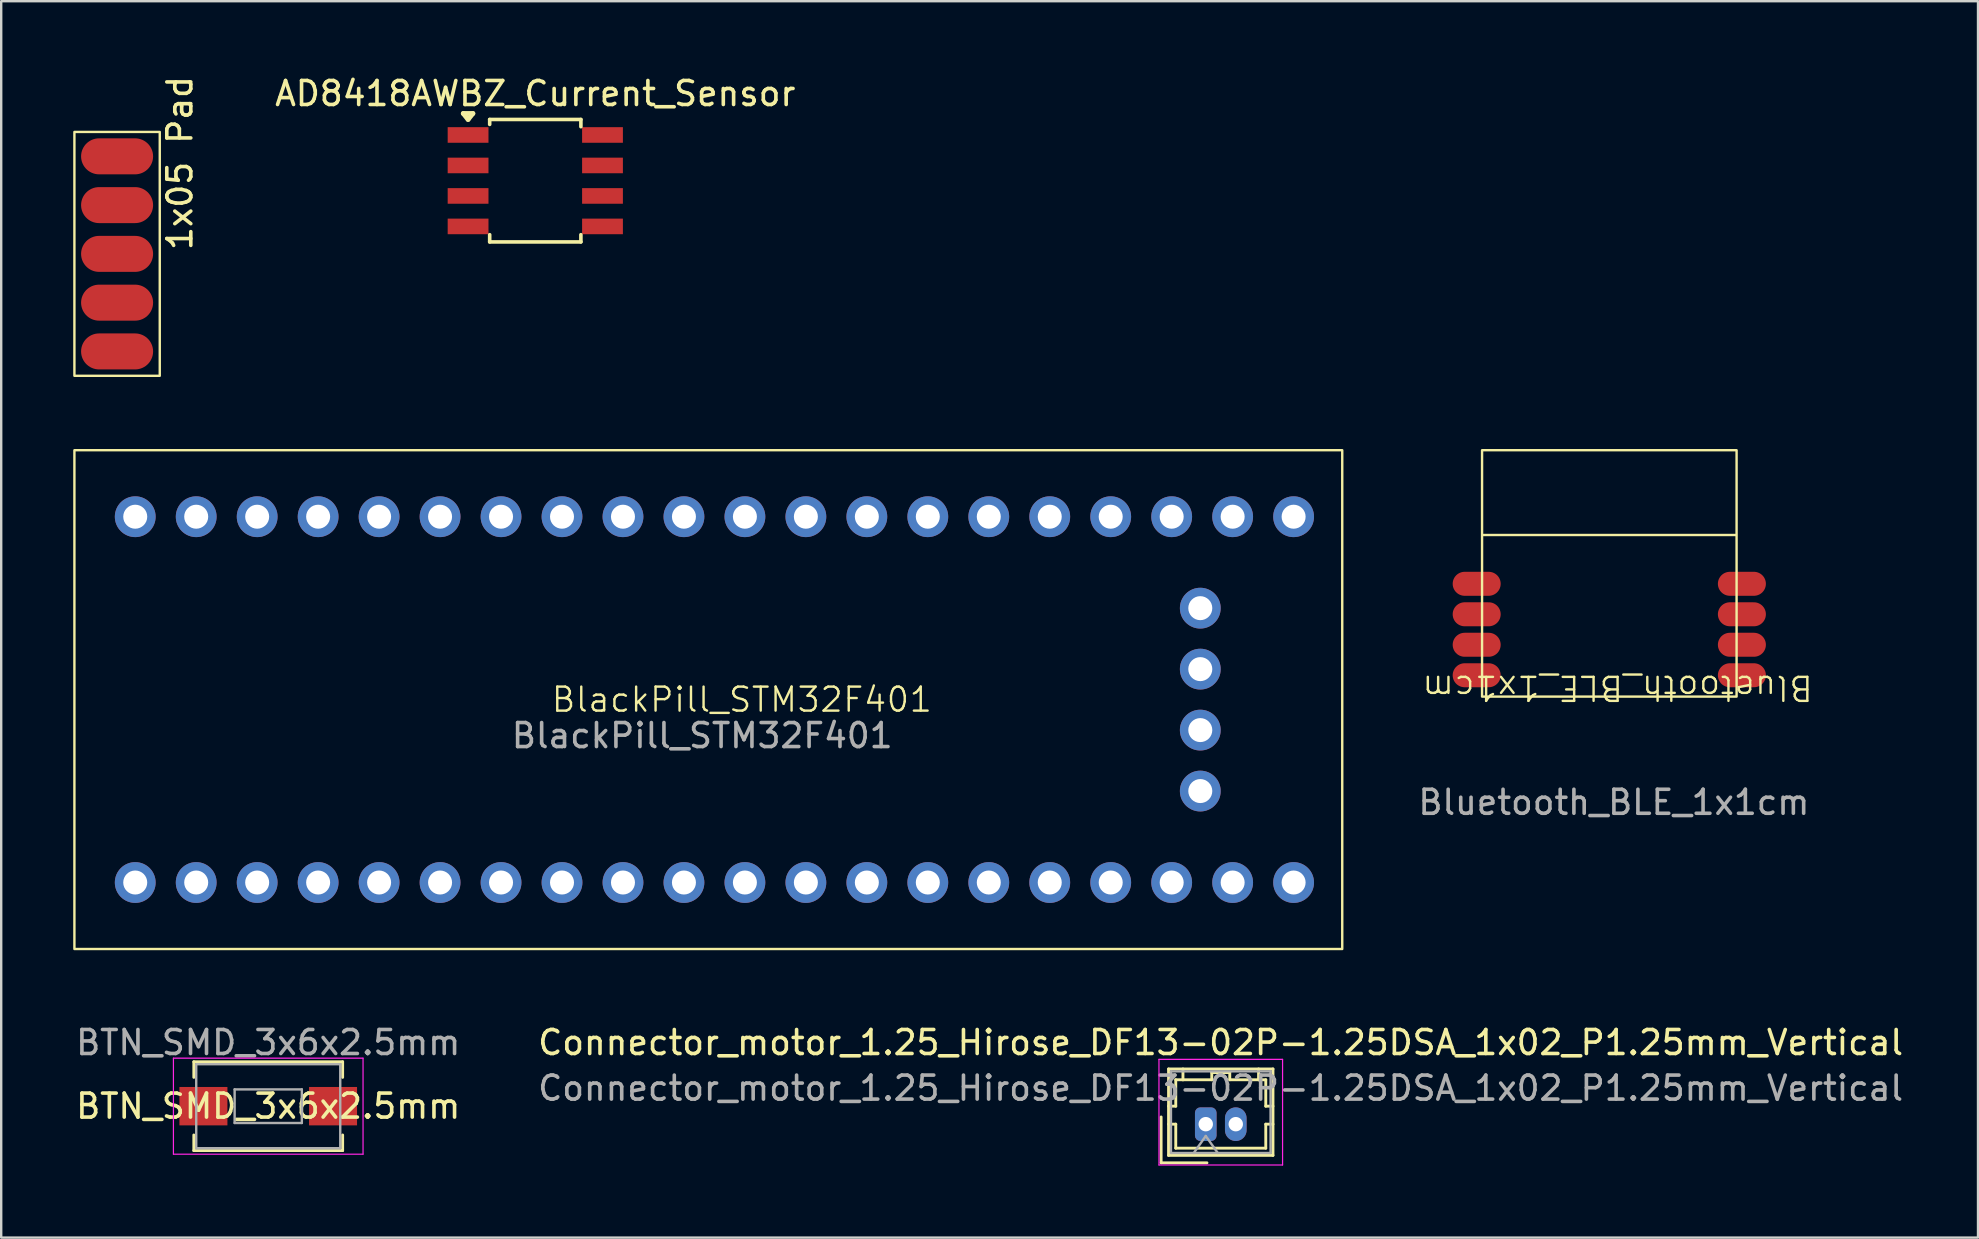
<source format=kicad_pcb>
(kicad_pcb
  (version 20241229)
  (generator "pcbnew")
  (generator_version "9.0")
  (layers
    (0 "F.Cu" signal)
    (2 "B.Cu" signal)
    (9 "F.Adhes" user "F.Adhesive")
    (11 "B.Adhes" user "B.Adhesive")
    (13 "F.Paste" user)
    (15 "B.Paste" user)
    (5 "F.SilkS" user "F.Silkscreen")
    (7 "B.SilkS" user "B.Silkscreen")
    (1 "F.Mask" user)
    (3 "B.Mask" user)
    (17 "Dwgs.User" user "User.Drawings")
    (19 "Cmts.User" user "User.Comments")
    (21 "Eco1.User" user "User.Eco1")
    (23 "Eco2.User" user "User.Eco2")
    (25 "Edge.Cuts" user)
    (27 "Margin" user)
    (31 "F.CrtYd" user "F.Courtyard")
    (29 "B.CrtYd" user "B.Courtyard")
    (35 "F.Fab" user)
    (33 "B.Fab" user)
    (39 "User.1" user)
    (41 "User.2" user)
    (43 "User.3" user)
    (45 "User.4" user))
  (footprint "Bluetooth_BLE_1x1cm"
    (layer "F.Cu")
    (at 63.997 19.24)
    (property "Reference" "Bluetooth_BLE_1x1cm" (at 0.344 6.366 180) (unlocked yes) (layer "F.SilkS") (effects (font (size 1 1) (thickness 0.1))))
    (attr through_hole)
    (fp_line (start -5.266 0) (end 5.266 0) (stroke (width 0.1) (type default)) (layer "F.SilkS"))
    (fp_rect (start -5.302 -3.533) (end 5.302 6.731) (stroke (width 0.1) (type default)) (fill no) (layer "F.SilkS"))
    (fp_text user "${REFERENCE}" (at 0.191 11.136 0) (unlocked yes) (layer "F.Fab") (effects (font (size 1 1) (thickness 0.15))))
    (pad "1" smd oval (at -4.826 2.032) (size 2 1) (drill (offset -0.7 0)) (layers "F.Cu" "F.Mask" "F.Paste"))
    (pad "2" smd oval (at -4.826 3.302) (size 2 1) (drill (offset -0.7 0)) (layers "F.Cu" "F.Mask" "F.Paste"))
    (pad "3" smd oval (at -4.826 4.572) (size 2 1) (drill (offset -0.7 0)) (layers "F.Cu" "F.Mask" "F.Paste"))
    (pad "4" smd oval (at -4.826 5.842) (size 2 1) (drill (offset -0.7 0)) (layers "F.Cu" "F.Mask" "F.Paste"))
    (pad "5" smd oval (at 6.223 5.842) (size 2 1) (drill (offset -0.7 0)) (layers "F.Cu" "F.Mask" "F.Paste"))
    (pad "6" smd oval (at 6.223 4.572) (size 2 1) (drill (offset -0.7 0)) (layers "F.Cu" "F.Mask" "F.Paste"))
    (pad "7" smd oval (at 6.223 3.302) (size 2 1) (drill (offset -0.7 0)) (layers "F.Cu" "F.Mask" "F.Paste"))
    (pad "8" smd oval (at 6.223 2.032) (size 2 1) (drill (offset -0.7 0)) (layers "F.Cu" "F.Mask" "F.Paste")))
  (footprint "BTN_SMD_3x6x2.5mm"
    (layer "F.Cu")
    (at 8.125 43.035)
    (property "Reference" "BTN_SMD_3x6x2.5mm" (at 0 0 180) (layer "F.SilkS") (effects (font (size 1 1) (thickness 0.15))))
    (attr smd)
    (fp_line (start -3.1 -1.85) (end -3.1 -1.2) (stroke (width 0.12) (type solid)) (layer "F.SilkS"))
    (fp_line (start -3.1 1.2) (end -3.1 1.85) (stroke (width 0.12) (type solid)) (layer "F.SilkS"))
    (fp_line (start -3.1 1.85) (end 3.1 1.85) (stroke (width 0.12) (type solid)) (layer "F.SilkS"))
    (fp_line (start 3.1 -1.85) (end -3.1 -1.85) (stroke (width 0.12) (type solid)) (layer "F.SilkS"))
    (fp_line (start 3.1 -1.85) (end 3.1 -1.2) (stroke (width 0.12) (type solid)) (layer "F.SilkS"))
    (fp_line (start 3.1 1.85) (end 3.1 1.2) (stroke (width 0.12) (type solid)) (layer "F.SilkS"))
    (fp_line (start -3.95 -2) (end 3.95 -2) (stroke (width 0.05) (type solid)) (layer "F.CrtYd"))
    (fp_line (start -3.95 2) (end -3.95 -2) (stroke (width 0.05) (type solid)) (layer "F.CrtYd"))
    (fp_line (start 3.95 -2) (end 3.95 2) (stroke (width 0.05) (type solid)) (layer "F.CrtYd"))
    (fp_line (start 3.95 2) (end -3.95 2) (stroke (width 0.05) (type solid)) (layer "F.CrtYd"))
    (fp_line (start -3 -1.75) (end 3 -1.75) (stroke (width 0.1) (type solid)) (layer "F.Fab"))
    (fp_line (start -3 1.75) (end -3 -1.75) (stroke (width 0.1) (type solid)) (layer "F.Fab"))
    (fp_line (start -1.4 -0.7) (end 1.4 -0.7) (stroke (width 0.1) (type solid)) (layer "F.Fab"))
    (fp_line (start -1.4 0.7) (end -1.4 -0.7) (stroke (width 0.1) (type solid)) (layer "F.Fab"))
    (fp_line (start 1.4 -0.7) (end 1.4 0.7) (stroke (width 0.1) (type solid)) (layer "F.Fab"))
    (fp_line (start 1.4 0.7) (end -1.4 0.7) (stroke (width 0.1) (type solid)) (layer "F.Fab"))
    (fp_line (start 3 -1.75) (end 3 1.75) (stroke (width 0.1) (type solid)) (layer "F.Fab"))
    (fp_line (start 3 1.75) (end -3 1.75) (stroke (width 0.1) (type solid)) (layer "F.Fab"))
    (fp_text user "${REFERENCE}" (at 0 -2.65 180) (layer "F.Fab") (effects (font (size 1 1) (thickness 0.15))))
    (pad "1" smd rect (at -2.7 0) (size 2 1.6) (layers "F.Cu" "F.Mask" "F.Paste"))
    (pad "2" smd rect (at 2.7 0) (size 2 1.6) (layers "F.Cu" "F.Mask" "F.Paste")))
  (footprint "BlackPill_STM32F401"
    (layer "F.Cu")
    (at 26.206 26.097)
    (property "Reference" "BlackPill_STM32F401" (at 1.651 0 0) (unlocked yes) (layer "F.SilkS") (effects (font (size 1 1) (thickness 0.1))))
    (attr through_hole)
    (fp_rect (start -26.156 -10.39) (end 26.664 10.39) (stroke (width 0.1) (type default)) (fill no) (layer "F.SilkS"))
    (fp_text user "${REFERENCE}" (at 0 1.5 0) (unlocked yes) (layer "F.Fab") (effects (font (size 1 1) (thickness 0.15))))
    (pad "1" thru_hole circle (at -23.622 7.62) (size 1.7 1.7) (drill 1) (layers "*.Cu" "*.Mask"))
    (pad "2" thru_hole circle (at -21.082 7.62) (size 1.7 1.7) (drill 1) (layers "*.Cu" "*.Mask"))
    (pad "3" thru_hole circle (at -18.542 7.62) (size 1.7 1.7) (drill 1) (layers "*.Cu" "*.Mask"))
    (pad "4" thru_hole circle (at -16.002 7.62) (size 1.7 1.7) (drill 1) (layers "*.Cu" "*.Mask"))
    (pad "5" thru_hole circle (at -13.462 7.62) (size 1.7 1.7) (drill 1) (layers "*.Cu" "*.Mask"))
    (pad "6" thru_hole circle (at -10.922 7.62) (size 1.7 1.7) (drill 1) (layers "*.Cu" "*.Mask"))
    (pad "7" thru_hole circle (at -8.382 7.62) (size 1.7 1.7) (drill 1) (layers "*.Cu" "*.Mask"))
    (pad "8" thru_hole circle (at -5.842 7.62) (size 1.7 1.7) (drill 1) (layers "*.Cu" "*.Mask"))
    (pad "9" thru_hole circle (at -3.302 7.62) (size 1.7 1.7) (drill 1) (layers "*.Cu" "*.Mask"))
    (pad "10" thru_hole circle (at -0.762 7.62) (size 1.7 1.7) (drill 1) (layers "*.Cu" "*.Mask"))
    (pad "11" thru_hole circle (at 1.778 7.62) (size 1.7 1.7) (drill 1) (layers "*.Cu" "*.Mask"))
    (pad "12" thru_hole circle (at 4.318 7.62) (size 1.7 1.7) (drill 1) (layers "*.Cu" "*.Mask"))
    (pad "13" thru_hole circle (at 6.858 7.62) (size 1.7 1.7) (drill 1) (layers "*.Cu" "*.Mask"))
    (pad "14" thru_hole circle (at 9.398 7.62) (size 1.7 1.7) (drill 1) (layers "*.Cu" "*.Mask"))
    (pad "15" thru_hole circle (at 11.938 7.62) (size 1.7 1.7) (drill 1) (layers "*.Cu" "*.Mask"))
    (pad "16" thru_hole circle (at 14.478 7.62) (size 1.7 1.7) (drill 1) (layers "*.Cu" "*.Mask"))
    (pad "17" thru_hole circle (at 17.018 7.62) (size 1.7 1.7) (drill 1) (layers "*.Cu" "*.Mask"))
    (pad "18" thru_hole circle (at 19.558 7.62) (size 1.7 1.7) (drill 1) (layers "*.Cu" "*.Mask"))
    (pad "19" thru_hole circle (at 22.098 7.62) (size 1.7 1.7) (drill 1) (layers "*.Cu" "*.Mask"))
    (pad "20" thru_hole circle (at 24.638 7.62) (size 1.7 1.7) (drill 1) (layers "*.Cu" "*.Mask"))
    (pad "21" thru_hole circle (at -23.622 -7.62) (size 1.7 1.7) (drill 1) (layers "*.Cu" "*.Mask"))
    (pad "22" thru_hole circle (at -21.082 -7.62) (size 1.7 1.7) (drill 1) (layers "*.Cu" "*.Mask"))
    (pad "23" thru_hole circle (at -18.542 -7.62) (size 1.7 1.7) (drill 1) (layers "*.Cu" "*.Mask"))
    (pad "24" thru_hole circle (at -16.002 -7.62) (size 1.7 1.7) (drill 1) (layers "*.Cu" "*.Mask"))
    (pad "25" thru_hole circle (at -13.462 -7.62) (size 1.7 1.7) (drill 1) (layers "*.Cu" "*.Mask"))
    (pad "26" thru_hole circle (at -10.922 -7.62) (size 1.7 1.7) (drill 1) (layers "*.Cu" "*.Mask"))
    (pad "27" thru_hole circle (at -8.382 -7.62) (size 1.7 1.7) (drill 1) (layers "*.Cu" "*.Mask"))
    (pad "28" thru_hole circle (at -5.842 -7.62) (size 1.7 1.7) (drill 1) (layers "*.Cu" "*.Mask"))
    (pad "29" thru_hole circle (at -3.302 -7.62) (size 1.7 1.7) (drill 1) (layers "*.Cu" "*.Mask"))
    (pad "30" thru_hole circle (at -0.762 -7.62) (size 1.7 1.7) (drill 1) (layers "*.Cu" "*.Mask"))
    (pad "31" thru_hole circle (at 1.778 -7.62) (size 1.7 1.7) (drill 1) (layers "*.Cu" "*.Mask"))
    (pad "32" thru_hole circle (at 4.318 -7.62) (size 1.7 1.7) (drill 1) (layers "*.Cu" "*.Mask"))
    (pad "33" thru_hole circle (at 6.858 -7.62) (size 1.7 1.7) (drill 1) (layers "*.Cu" "*.Mask"))
    (pad "34" thru_hole circle (at 9.398 -7.62) (size 1.7 1.7) (drill 1) (layers "*.Cu" "*.Mask"))
    (pad "35" thru_hole circle (at 11.938 -7.62) (size 1.7 1.7) (drill 1) (layers "*.Cu" "*.Mask"))
    (pad "36" thru_hole circle (at 14.478 -7.62) (size 1.7 1.7) (drill 1) (layers "*.Cu" "*.Mask"))
    (pad "37" thru_hole circle (at 17.018 -7.62) (size 1.7 1.7) (drill 1) (layers "*.Cu" "*.Mask"))
    (pad "38" thru_hole circle (at 19.558 -7.62) (size 1.7 1.7) (drill 1) (layers "*.Cu" "*.Mask"))
    (pad "39" thru_hole circle (at 22.098 -7.62) (size 1.7 1.7) (drill 1) (layers "*.Cu" "*.Mask"))
    (pad "40" thru_hole circle (at 24.638 -7.62) (size 1.7 1.7) (drill 1) (layers "*.Cu" "*.Mask"))
    (pad "41" thru_hole circle (at 20.75 3.81) (size 1.7 1.7) (drill 1) (layers "*.Cu" "*.Mask"))
    (pad "42" thru_hole circle (at 20.75 1.27) (size 1.7 1.7) (drill 1) (layers "*.Cu" "*.Mask"))
    (pad "43" thru_hole circle (at 20.75 -1.27) (size 1.7 1.7) (drill 1) (layers "*.Cu" "*.Mask"))
    (pad "44" thru_hole circle (at 20.75 -3.81) (size 1.7 1.7) (drill 1) (layers "*.Cu" "*.Mask")))
  (footprint "Connector_motor_1.25_Hirose_DF13-02P-1.25DSA_1x02_P1.25mm_Vertical"
    (layer "F.Cu")
    (at 47.184 43.785)
    (property "Reference" "Connector_motor_1.25_Hirose_DF13-02P-1.25DSA_1x02_P1.25mm_Vertical" (at 0.62 -3.4 0) (layer "F.SilkS") (effects (font (size 1 1) (thickness 0.15))))
    (attr through_hole)
    (fp_line (start -1.86 -0.3) (end -1.86 1.61) (stroke (width 0.12) (type solid)) (layer "F.SilkS"))
    (fp_line (start -1.86 1.61) (end 0.05 1.61) (stroke (width 0.12) (type solid)) (layer "F.SilkS"))
    (fp_line (start -1.55 0) (end -1.25 0) (stroke (width 0.12) (type solid)) (layer "F.SilkS"))
    (fp_line (start -1.55 -2.3) (end -1.55 1.3) (stroke (width 0.12) (type solid)) (layer "F.SilkS"))
    (fp_line (start -1.55 -0.75) (end -1.25 -0.75) (stroke (width 0.12) (type solid)) (layer "F.SilkS"))
    (fp_line (start -1.55 1.3) (end 2.8 1.3) (stroke (width 0.12) (type solid)) (layer "F.SilkS"))
    (fp_line (start -1.25 -1.85) (end -0.95 -1.85) (stroke (width 0.12) (type solid)) (layer "F.SilkS"))
    (fp_line (start -1.25 -0.75) (end -1.25 -1.85) (stroke (width 0.12) (type solid)) (layer "F.SilkS"))
    (fp_line (start -1.25 1) (end 2.5 1) (stroke (width 0.12) (type solid)) (layer "F.SilkS"))
    (fp_line (start -1.25 0) (end -1.25 1) (stroke (width 0.12) (type solid)) (layer "F.SilkS"))
    (fp_line (start -0.95 -1.85) (end -0.95 -2.3) (stroke (width 0.12) (type solid)) (layer "F.SilkS"))
    (fp_line (start -0.95 -1.85) (end 0.25 -1.85) (stroke (width 0.12) (type solid)) (layer "F.SilkS"))
    (fp_line (start 0.25 -2.15) (end 1 -2.15) (stroke (width 0.12) (type solid)) (layer "F.SilkS"))
    (fp_line (start 0.25 -1.85) (end 0.25 -2.15) (stroke (width 0.12) (type solid)) (layer "F.SilkS"))
    (fp_line (start 1 -2.15) (end 1 -1.85) (stroke (width 0.12) (type solid)) (layer "F.SilkS"))
    (fp_line (start 1 -1.85) (end 2.2 -1.85) (stroke (width 0.12) (type solid)) (layer "F.SilkS"))
    (fp_line (start 2.2 -1.85) (end 2.2 -2.3) (stroke (width 0.12) (type solid)) (layer "F.SilkS"))
    (fp_line (start 2.5 -1.85) (end 2.2 -1.85) (stroke (width 0.12) (type solid)) (layer "F.SilkS"))
    (fp_line (start 2.5 -0.75) (end 2.5 -1.85) (stroke (width 0.12) (type solid)) (layer "F.SilkS"))
    (fp_line (start 2.5 0) (end 2.8 0) (stroke (width 0.12) (type solid)) (layer "F.SilkS"))
    (fp_line (start 2.5 1) (end 2.5 0) (stroke (width 0.12) (type solid)) (layer "F.SilkS"))
    (fp_line (start 2.8 -2.3) (end -1.55 -2.3) (stroke (width 0.12) (type solid)) (layer "F.SilkS"))
    (fp_line (start 2.8 -0.75) (end 2.5 -0.75) (stroke (width 0.12) (type solid)) (layer "F.SilkS"))
    (fp_line (start 2.8 1.3) (end 2.8 -2.3) (stroke (width 0.12) (type solid)) (layer "F.SilkS"))
    (fp_line (start -1.95 -2.7) (end -1.95 1.7) (stroke (width 0.05) (type solid)) (layer "F.CrtYd"))
    (fp_line (start -1.95 1.7) (end 3.2 1.7) (stroke (width 0.05) (type solid)) (layer "F.CrtYd"))
    (fp_line (start 3.2 -2.7) (end -1.95 -2.7) (stroke (width 0.05) (type solid)) (layer "F.CrtYd"))
    (fp_line (start 3.2 1.7) (end 3.2 -2.7) (stroke (width 0.05) (type solid)) (layer "F.CrtYd"))
    (fp_line (start -1.45 -2.2) (end -1.45 1.2) (stroke (width 0.1) (type solid)) (layer "F.Fab"))
    (fp_line (start -1.45 1.2) (end 2.7 1.2) (stroke (width 0.1) (type solid)) (layer "F.Fab"))
    (fp_line (start -0.5 1.2) (end 0 0.493) (stroke (width 0.1) (type solid)) (layer "F.Fab"))
    (fp_line (start 0 0.493) (end 0.5 1.2) (stroke (width 0.1) (type solid)) (layer "F.Fab"))
    (fp_line (start 2.7 -2.2) (end -1.45 -2.2) (stroke (width 0.1) (type solid)) (layer "F.Fab"))
    (fp_line (start 2.7 1.2) (end 2.7 -2.2) (stroke (width 0.1) (type solid)) (layer "F.Fab"))
    (fp_text user "${REFERENCE}" (at 0.62 -1.5 0) (layer "F.Fab") (effects (font (size 1 1) (thickness 0.15))))
    (pad "1" thru_hole roundrect (at 0 0) (size 0.9 1.4) (drill 0.6) (layers "*.Cu" "*.Mask") (roundrect_rratio 0.25))
    (pad "2" thru_hole oval (at 1.25 0) (size 0.9 1.4) (drill 0.6) (layers "*.Cu" "*.Mask")))
  (footprint "1x05 Pad"
    (layer "F.Cu")
    (at 1.828 2.447)
    (property "Reference" "1x05 Pad" (at 2.616 1.297 270) (layer "F.SilkS") (effects (font (size 1 1) (thickness 0.15))))
    (attr smd)
    (fp_rect (start -1.778 0) (end 1.778 10.16) (stroke (width 0.1) (type default)) (fill no) (layer "F.SilkS"))
    (pad "1" smd oval (at 0 1.016) (size 3 1.5) (layers "F.Cu" "F.Mask" "F.Paste"))
    (pad "2" smd oval (at 0 3.048) (size 3 1.5) (layers "F.Cu" "F.Mask" "F.Paste"))
    (pad "3" smd oval (at 0 5.08) (size 3 1.5) (layers "F.Cu" "F.Mask" "F.Paste"))
    (pad "4" smd oval (at 0 7.112) (size 3 1.5) (layers "F.Cu" "F.Mask" "F.Paste"))
    (pad "5" smd oval (at 0 9.144) (size 3 1.5) (layers "F.Cu" "F.Mask" "F.Paste")))
  (footprint "AD8418AWBZ_Current_Sensor"
    (layer "F.Cu")
    (at 19.251 4.528)
    (property "Reference" "AD8418AWBZ_Current_Sensor" (at 0 -3.68 0) (layer "F.SilkS") (effects (font (size 1 1) (thickness 0.15))))
    (attr smd)
    (fp_line (start -2.8 -2.6) (end -3 -2.85) (stroke (width 0.2) (type solid)) (layer "F.SilkS"))
    (fp_line (start -2.8 -2.6) (end -2.6 -2.85) (stroke (width 0.2) (type solid)) (layer "F.SilkS"))
    (fp_line (start -2.6 -2.85) (end -3 -2.85) (stroke (width 0.2) (type default)) (layer "F.SilkS"))
    (fp_line (start -1.9 -2.6) (end -1.9 -2.395) (stroke (width 0.15) (type solid)) (layer "F.SilkS"))
    (fp_line (start -1.9 -2.6) (end 1.9 -2.6) (stroke (width 0.15) (type solid)) (layer "F.SilkS"))
    (fp_line (start -1.9 2.5) (end -1.9 2.2) (stroke (width 0.15) (type solid)) (layer "F.SilkS"))
    (fp_line (start -1.9 2.5) (end 1.9 2.5) (stroke (width 0.15) (type solid)) (layer "F.SilkS"))
    (fp_line (start 1.9 -2.6) (end 1.9 -2.3) (stroke (width 0.15) (type solid)) (layer "F.SilkS"))
    (fp_line (start 1.9 2.5) (end 1.9 2.2) (stroke (width 0.15) (type solid)) (layer "F.SilkS"))
    (pad "1" smd rect (at -2.8 -1.955) (size 1.7 0.65) (layers "F.Cu" "F.Mask" "F.Paste"))
    (pad "2" smd rect (at -2.8 -0.685) (size 1.7 0.65) (layers "F.Cu" "F.Mask" "F.Paste"))
    (pad "3" smd rect (at -2.8 0.585) (size 1.7 0.65) (layers "F.Cu" "F.Mask" "F.Paste"))
    (pad "4" smd rect (at -2.8 1.855) (size 1.7 0.65) (layers "F.Cu" "F.Mask" "F.Paste"))
    (pad "5" smd rect (at 2.8 1.855) (size 1.7 0.65) (layers "F.Cu" "F.Mask" "F.Paste"))
    (pad "6" smd rect (at 2.8 0.585) (size 1.7 0.65) (layers "F.Cu" "F.Mask" "F.Paste"))
    (pad "7" smd rect (at 2.8 -0.685) (size 1.7 0.65) (layers "F.Cu" "F.Mask" "F.Paste"))
    (pad "8" smd rect (at 2.8 -1.955) (size 1.7 0.65) (layers "F.Cu" "F.Mask" "F.Paste")))
  (gr_rect
    (start -3 -3)
    (end 79.357 48.51)
    (stroke (width 0.1) (type default))
    (fill no)
    (layer "Edge.Cuts")))
</source>
